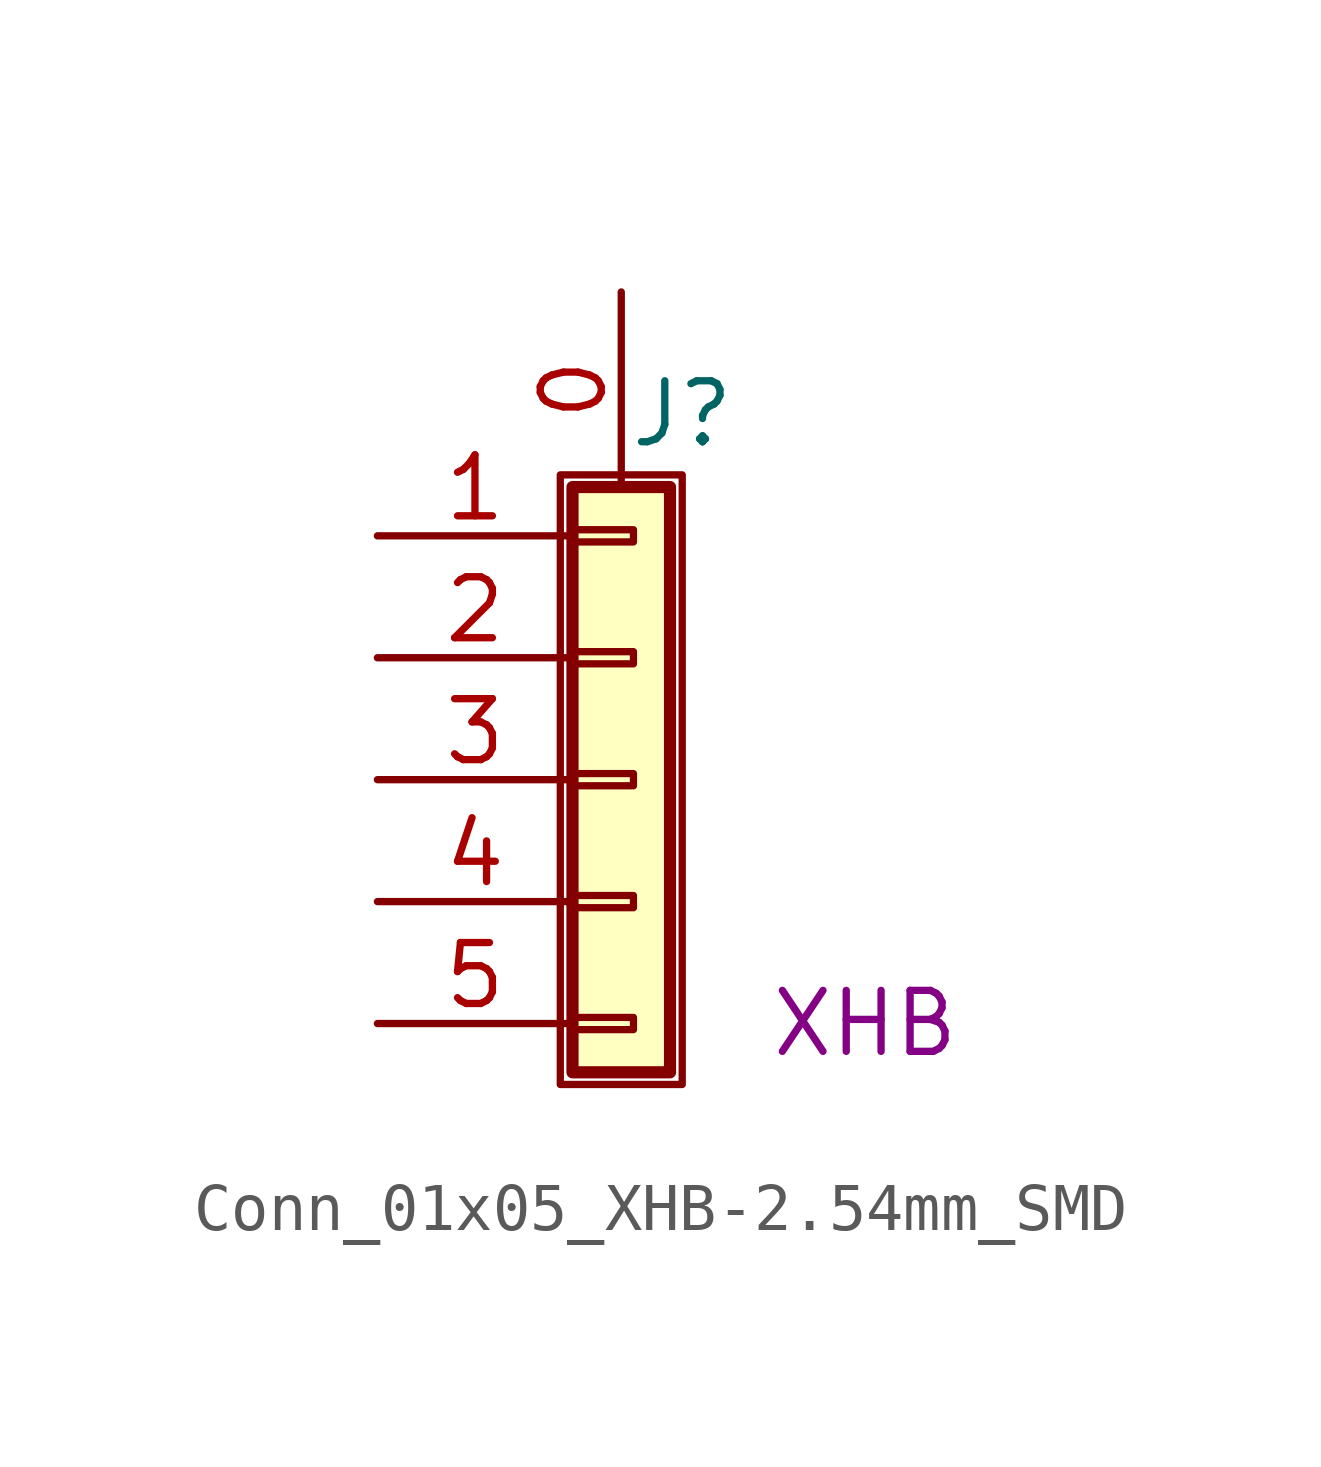
<source format=kicad_sym>
(kicad_symbol_lib
  (version 20211014)
  (generator kicad_symbol_editor)
  (symbol "Conn_01x05_XHB-2.54mm_SMD"
    (pin_names
      (offset 1.016) hide)
    (property "Reference" "J"
      (at 1.27 7.62 0)
      (effects (font (size 1.27 1.27))))
    (property "Symbol" "XHB"
      (at 5.08 -5.08 0)
      (effects (font (size 1.27 1.27))))
    (symbol "Conn_01x05_XHB-2.54mm_SMD_1_1"
      (rectangle (start -1.27 6.35) (end 1.27 -6.35) (stroke (width 0.152) (type default) (color 0 0 0 0)) (fill (type none)))
      (rectangle (start -1.016 -4.953) (end 0.254 -5.207) (stroke (width 0.152) (type default) (color 0 0 0 0)) (fill (type none)))
      (rectangle (start -1.016 -2.413) (end 0.254 -2.667) (stroke (width 0.152) (type default) (color 0 0 0 0)) (fill (type none)))
      (rectangle (start -1.016 0.127) (end 0.254 -0.127) (stroke (width 0.152) (type default) (color 0 0 0 0)) (fill (type none)))
      (rectangle (start -1.016 2.667) (end 0.254 2.413) (stroke (width 0.152) (type default) (color 0 0 0 0)) (fill (type none)))
      (rectangle (start -1.016 5.207) (end 0.254 4.953) (stroke (width 0.152) (type default) (color 0 0 0 0)) (fill (type none)))
      (rectangle (start -1.016 6.096) (end 1.016 -6.096) (stroke (width 0.254) (type default) (color 0 0 0 0)) (fill (type background)))
      (pin passive line (at 0 10.16 270) (length 4.064) (name "Pin_0" (effects (font (size 1.27 1.27)))) (number "0" (effects (font (size 1.27 1.27)))))
      (pin passive line (at -5.08 5.08 0) (length 4.064) (name "Pin_1" (effects (font (size 1.27 1.27)))) (number "1" (effects (font (size 1.27 1.27)))))
      (pin passive line (at -5.08 2.54 0) (length 4.064) (name "Pin_2" (effects (font (size 1.27 1.27)))) (number "2" (effects (font (size 1.27 1.27)))))
      (pin passive line (at -5.08 0 0) (length 4.064) (name "Pin_3" (effects (font (size 1.27 1.27)))) (number "3" (effects (font (size 1.27 1.27)))))
      (pin passive line (at -5.08 -2.54 0) (length 4.064) (name "Pin_4" (effects (font (size 1.27 1.27)))) (number "4" (effects (font (size 1.27 1.27)))))
      (pin passive line (at -5.08 -5.08 0) (length 4.064) (name "Pin_5" (effects (font (size 1.27 1.27)))) (number "5" (effects (font (size 1.27 1.27))))))))
</source>
